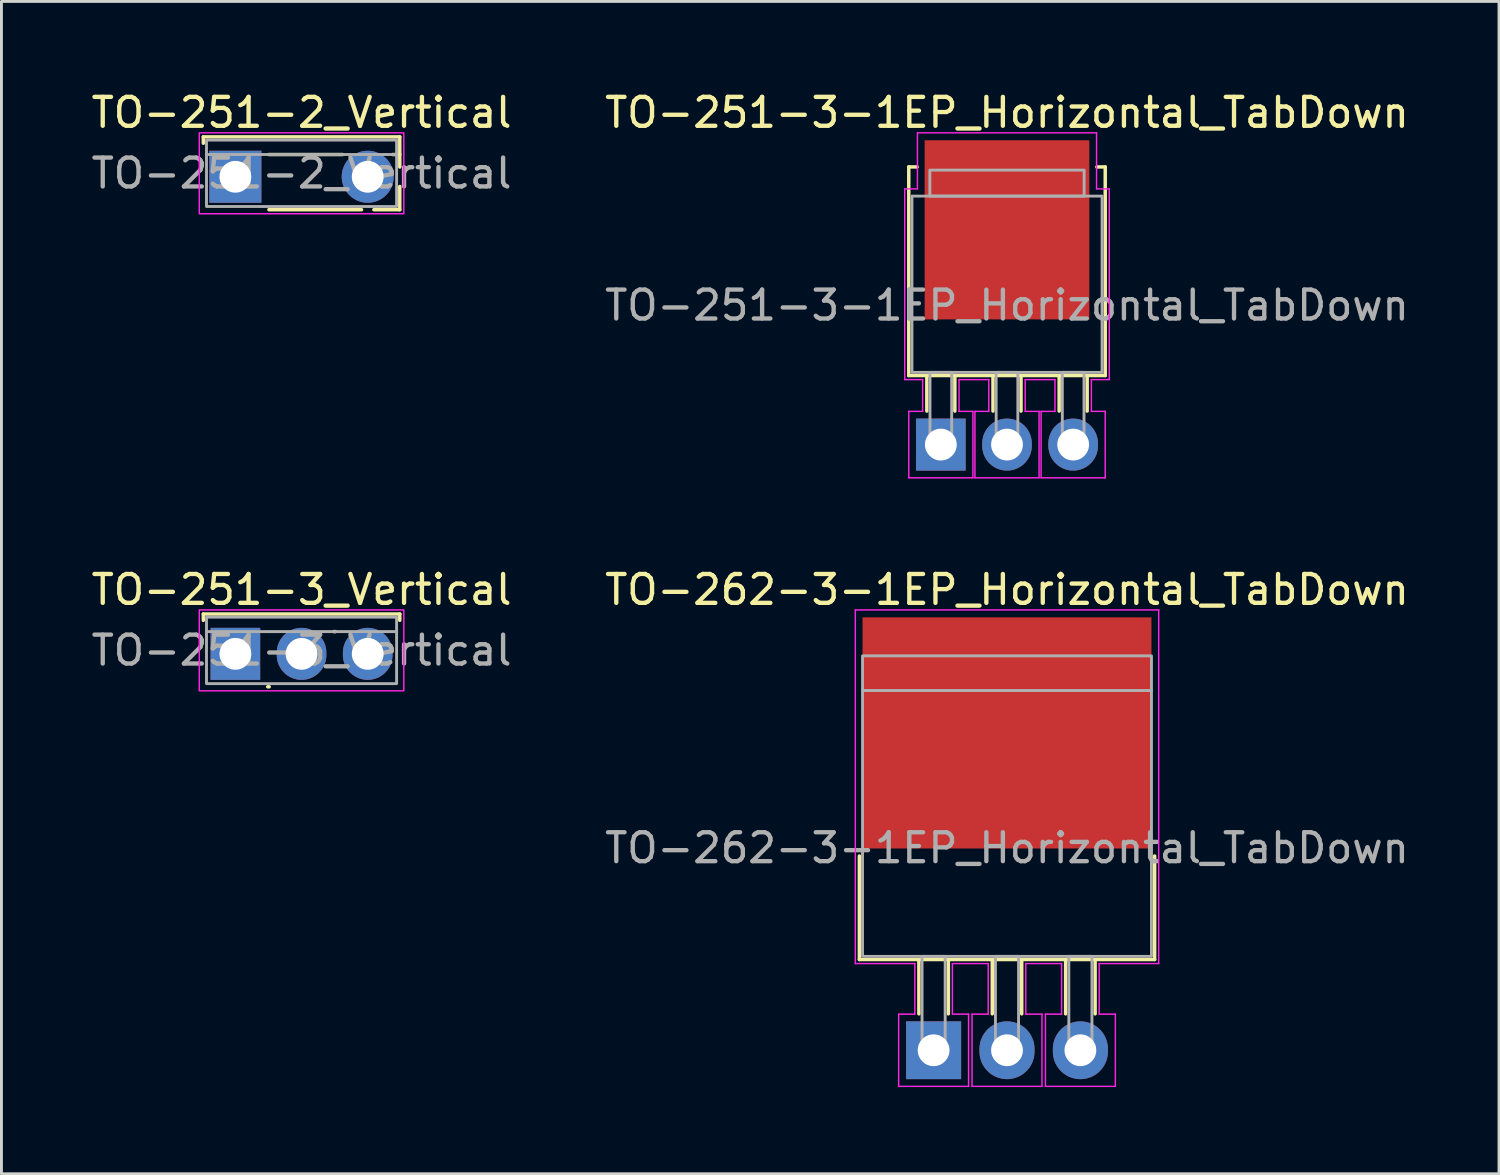
<source format=kicad_pcb>
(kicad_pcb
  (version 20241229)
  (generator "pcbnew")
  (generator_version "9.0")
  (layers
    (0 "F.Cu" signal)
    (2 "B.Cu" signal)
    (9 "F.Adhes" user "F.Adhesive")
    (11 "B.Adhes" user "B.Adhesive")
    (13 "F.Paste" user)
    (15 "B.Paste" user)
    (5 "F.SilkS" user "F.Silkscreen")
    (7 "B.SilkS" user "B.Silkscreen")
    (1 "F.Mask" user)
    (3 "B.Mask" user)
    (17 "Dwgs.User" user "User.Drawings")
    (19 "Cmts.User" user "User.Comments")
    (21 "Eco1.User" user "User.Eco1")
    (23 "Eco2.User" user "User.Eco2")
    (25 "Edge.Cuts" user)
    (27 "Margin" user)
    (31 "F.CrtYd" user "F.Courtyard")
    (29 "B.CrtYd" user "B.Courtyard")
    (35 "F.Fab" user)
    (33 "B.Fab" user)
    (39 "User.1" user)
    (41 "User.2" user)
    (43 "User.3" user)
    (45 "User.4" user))
  (footprint "TO-251-2_Vertical"
    (layer "F.Cu")
    (at 5.097 3.068)
    (property "Reference" "TO-251-2_Vertical" (at 2.29 -2.22 0) (layer "F.SilkS") (effects (font (size 1 1) (thickness 0.15))))
    (attr through_hole)
    (fp_line (start -1.11 -1.38) (end 5.69 -1.38) (stroke (width 0.12) (type solid)) (layer "F.SilkS"))
    (fp_line (start -1.11 -1.16) (end -1.11 -1.38) (stroke (width 0.12) (type solid)) (layer "F.SilkS"))
    (fp_line (start 1.16 -0.77) (end 3.712 -0.77) (stroke (width 0.12) (type solid)) (layer "F.SilkS"))
    (fp_line (start 4.366 1.14) (end 1.16 1.14) (stroke (width 0.12) (type solid)) (layer "F.SilkS"))
    (fp_line (start 5.448 -0.77) (end 5.69 -0.77) (stroke (width 0.12) (type solid)) (layer "F.SilkS"))
    (fp_line (start 5.69 -1.38) (end 5.69 -0.337) (stroke (width 0.12) (type solid)) (layer "F.SilkS"))
    (fp_line (start 5.69 0.337) (end 5.69 1.14) (stroke (width 0.12) (type solid)) (layer "F.SilkS"))
    (fp_line (start 5.69 1.14) (end 4.794 1.14) (stroke (width 0.12) (type solid)) (layer "F.SilkS"))
    (fp_rect (start -1.25 -1.52) (end 5.83 1.28) (stroke (width 0.05) (type solid)) (fill no) (layer "F.CrtYd"))
    (fp_line (start -1 -0.77) (end 5.58 -0.77) (stroke (width 0.1) (type solid)) (layer "F.Fab"))
    (fp_rect (start -1 -1.27) (end 5.58 1.03) (stroke (width 0.1) (type solid)) (fill no) (layer "F.Fab"))
    (fp_text user "${REFERENCE}" (at 2.29 -0.12 0) (layer "F.Fab") (effects (font (size 1 1) (thickness 0.15))))
    (pad "1" thru_hole rect (at 0 0) (size 1.8 1.8) (drill 1.1) (layers "*.Cu" "*.Mask"))
    (pad "2" thru_hole circle (at 4.58 0) (size 1.8 1.8) (drill 1.1) (layers "*.Cu" "*.Mask")))
  (footprint "TO-251-3-1EP_Horizontal_TabDown"
    (layer "F.Cu")
    (at 29.514 12.338)
    (property "Reference" "TO-251-3-1EP_Horizontal_TabDown" (at 2.29 -11.49 0) (layer "F.SilkS") (effects (font (size 1 1) (thickness 0.15))))
    (attr through_hole)
    (fp_line (start -1.11 -9.61) (end -0.82 -9.61) (stroke (width 0.12) (type solid)) (layer "F.SilkS"))
    (fp_line (start -1.11 -2.39) (end -1.11 -9.61) (stroke (width 0.12) (type solid)) (layer "F.SilkS"))
    (fp_line (start -1.11 -2.39) (end 5.69 -2.39) (stroke (width 0.12) (type solid)) (layer "F.SilkS"))
    (fp_line (start -0.485 -2.39) (end -0.485 -1.16) (stroke (width 0.12) (type solid)) (layer "F.SilkS"))
    (fp_line (start 0.485 -2.39) (end 0.485 -1.16) (stroke (width 0.12) (type solid)) (layer "F.SilkS"))
    (fp_line (start 1.805 -2.39) (end 1.805 -1.16) (stroke (width 0.12) (type solid)) (layer "F.SilkS"))
    (fp_line (start 2.775 -2.39) (end 2.775 -1.16) (stroke (width 0.12) (type solid)) (layer "F.SilkS"))
    (fp_line (start 4.095 -2.39) (end 4.095 -1.16) (stroke (width 0.12) (type solid)) (layer "F.SilkS"))
    (fp_line (start 5.065 -2.39) (end 5.065 -1.16) (stroke (width 0.12) (type solid)) (layer "F.SilkS"))
    (fp_line (start 5.4 -9.61) (end 5.69 -9.61) (stroke (width 0.12) (type solid)) (layer "F.SilkS"))
    (fp_line (start 5.69 -2.39) (end 5.69 -9.61) (stroke (width 0.12) (type solid)) (layer "F.SilkS"))
    (fp_line (start -1.25 -8.85) (end -0.81 -8.85) (stroke (width 0.05) (type solid)) (layer "F.CrtYd"))
    (fp_line (start -1.25 -2.25) (end -1.25 -8.85) (stroke (width 0.05) (type solid)) (layer "F.CrtYd"))
    (fp_line (start -1.11 -1.15) (end -0.63 -1.15) (stroke (width 0.05) (type solid)) (layer "F.CrtYd"))
    (fp_line (start -1.11 1.15) (end -1.11 -1.15) (stroke (width 0.05) (type solid)) (layer "F.CrtYd"))
    (fp_line (start -0.81 -10.79) (end 5.39 -10.79) (stroke (width 0.05) (type solid)) (layer "F.CrtYd"))
    (fp_line (start -0.81 -8.85) (end -0.81 -10.79) (stroke (width 0.05) (type solid)) (layer "F.CrtYd"))
    (fp_line (start -0.63 -2.25) (end -1.25 -2.25) (stroke (width 0.05) (type solid)) (layer "F.CrtYd"))
    (fp_line (start -0.63 -1.15) (end -0.63 -2.25) (stroke (width 0.05) (type solid)) (layer "F.CrtYd"))
    (fp_line (start 0.63 -2.25) (end 0.63 -1.15) (stroke (width 0.05) (type solid)) (layer "F.CrtYd"))
    (fp_line (start 0.63 -1.15) (end 1.11 -1.15) (stroke (width 0.05) (type solid)) (layer "F.CrtYd"))
    (fp_line (start 1.11 -1.15) (end 1.11 1.15) (stroke (width 0.05) (type solid)) (layer "F.CrtYd"))
    (fp_line (start 1.11 1.15) (end -1.11 1.15) (stroke (width 0.05) (type solid)) (layer "F.CrtYd"))
    (fp_line (start 1.18 -1.15) (end 1.66 -1.15) (stroke (width 0.05) (type solid)) (layer "F.CrtYd"))
    (fp_line (start 1.18 1.15) (end 1.18 -1.15) (stroke (width 0.05) (type solid)) (layer "F.CrtYd"))
    (fp_line (start 1.66 -2.25) (end 0.63 -2.25) (stroke (width 0.05) (type solid)) (layer "F.CrtYd"))
    (fp_line (start 1.66 -1.15) (end 1.66 -2.25) (stroke (width 0.05) (type solid)) (layer "F.CrtYd"))
    (fp_line (start 2.92 -2.25) (end 2.92 -1.15) (stroke (width 0.05) (type solid)) (layer "F.CrtYd"))
    (fp_line (start 2.92 -1.15) (end 3.4 -1.15) (stroke (width 0.05) (type solid)) (layer "F.CrtYd"))
    (fp_line (start 3.4 -1.15) (end 3.4 1.15) (stroke (width 0.05) (type solid)) (layer "F.CrtYd"))
    (fp_line (start 3.4 1.15) (end 1.18 1.15) (stroke (width 0.05) (type solid)) (layer "F.CrtYd"))
    (fp_line (start 3.47 -1.15) (end 3.95 -1.15) (stroke (width 0.05) (type solid)) (layer "F.CrtYd"))
    (fp_line (start 3.47 1.15) (end 3.47 -1.15) (stroke (width 0.05) (type solid)) (layer "F.CrtYd"))
    (fp_line (start 3.95 -2.25) (end 2.92 -2.25) (stroke (width 0.05) (type solid)) (layer "F.CrtYd"))
    (fp_line (start 3.95 -1.15) (end 3.95 -2.25) (stroke (width 0.05) (type solid)) (layer "F.CrtYd"))
    (fp_line (start 5.21 -2.25) (end 5.21 -1.15) (stroke (width 0.05) (type solid)) (layer "F.CrtYd"))
    (fp_line (start 5.21 -1.15) (end 5.69 -1.15) (stroke (width 0.05) (type solid)) (layer "F.CrtYd"))
    (fp_line (start 5.39 -10.79) (end 5.39 -8.85) (stroke (width 0.05) (type solid)) (layer "F.CrtYd"))
    (fp_line (start 5.39 -8.85) (end 5.83 -8.85) (stroke (width 0.05) (type solid)) (layer "F.CrtYd"))
    (fp_line (start 5.69 -1.15) (end 5.69 1.15) (stroke (width 0.05) (type solid)) (layer "F.CrtYd"))
    (fp_line (start 5.69 1.15) (end 3.47 1.15) (stroke (width 0.05) (type solid)) (layer "F.CrtYd"))
    (fp_line (start 5.83 -8.85) (end 5.83 -2.25) (stroke (width 0.05) (type solid)) (layer "F.CrtYd"))
    (fp_line (start 5.83 -2.25) (end 5.21 -2.25) (stroke (width 0.05) (type solid)) (layer "F.CrtYd"))
    (fp_rect (start -1 -8.6) (end 5.58 -2.5) (stroke (width 0.1) (type solid)) (fill no) (layer "F.Fab"))
    (fp_rect (start -0.38 -9.5) (end 4.96 -8.6) (stroke (width 0.1) (type solid)) (fill no) (layer "F.Fab"))
    (fp_rect (start -0.375 -2.5) (end 0.375 0) (stroke (width 0.1) (type solid)) (fill no) (layer "F.Fab"))
    (fp_rect (start 1.915 -2.5) (end 2.665 0) (stroke (width 0.1) (type solid)) (fill no) (layer "F.Fab"))
    (fp_rect (start 4.205 -2.5) (end 4.955 0) (stroke (width 0.1) (type solid)) (fill no) (layer "F.Fab"))
    (fp_text user "${REFERENCE}" (at 2.29 -4.82 0) (layer "F.Fab") (effects (font (size 1 1) (thickness 0.15))))
    (pad "1" thru_hole rect (at 0 0) (size 1.718 1.8) (drill 1.1) (layers "*.Cu" "*.Mask"))
    (pad "2" thru_hole oval (at 2.29 0) (size 1.718 1.8) (drill 1.1) (layers "*.Cu" "*.Mask"))
    (pad "3" thru_hole oval (at 4.58 0) (size 1.718 1.8) (drill 1.1) (layers "*.Cu" "*.Mask"))
    (pad "4" smd rect (at 2.29 -7.433) (size 5.7 6.2) (layers "F.Cu" "F.Mask" "F.Paste")))
  (footprint "TO-251-3_Vertical"
    (layer "F.Cu")
    (at 5.097 19.581)
    (property "Reference" "TO-251-3_Vertical" (at 2.29 -2.22 0) (layer "F.SilkS") (effects (font (size 1 1) (thickness 0.15))))
    (attr through_hole)
    (fp_line (start -1.11 -1.38) (end 5.69 -1.38) (stroke (width 0.12) (type solid)) (layer "F.SilkS"))
    (fp_line (start -1.11 -1.16) (end -1.11 -1.38) (stroke (width 0.12) (type solid)) (layer "F.SilkS"))
    (fp_line (start 1.171 1.14) (end 1.119 1.14) (stroke (width 0.12) (type solid)) (layer "F.SilkS"))
    (fp_line (start 3.409 -0.77) (end 3.461 -0.77) (stroke (width 0.12) (type solid)) (layer "F.SilkS"))
    (fp_line (start 5.69 -1.38) (end 5.69 -1.16) (stroke (width 0.12) (type solid)) (layer "F.SilkS"))
    (fp_rect (start -1.25 -1.52) (end 5.83 1.28) (stroke (width 0.05) (type solid)) (fill no) (layer "F.CrtYd"))
    (fp_line (start -1 -0.77) (end 5.58 -0.77) (stroke (width 0.1) (type solid)) (layer "F.Fab"))
    (fp_rect (start -1 -1.27) (end 5.58 1.03) (stroke (width 0.1) (type solid)) (fill no) (layer "F.Fab"))
    (fp_text user "${REFERENCE}" (at 2.29 -0.12 0) (layer "F.Fab") (effects (font (size 1 1) (thickness 0.15))))
    (pad "1" thru_hole rect (at 0 0) (size 1.718 1.8) (drill 1.1) (layers "*.Cu" "*.Mask"))
    (pad "2" thru_hole oval (at 2.29 0) (size 1.718 1.8) (drill 1.1) (layers "*.Cu" "*.Mask"))
    (pad "3" thru_hole oval (at 4.58 0) (size 1.718 1.8) (drill 1.1) (layers "*.Cu" "*.Mask")))
  (footprint "TO-262-3-1EP_Horizontal_TabDown"
    (layer "F.Cu")
    (at 29.264 33.301)
    (property "Reference" "TO-262-3-1EP_Horizontal_TabDown" (at 2.54 -15.94 0) (layer "F.SilkS") (effects (font (size 1 1) (thickness 0.15))))
    (attr through_hole)
    (fp_line (start -2.57 -3.14) (end -2.57 -6.723) (stroke (width 0.12) (type solid)) (layer "F.SilkS"))
    (fp_line (start -2.57 -3.14) (end 7.65 -3.14) (stroke (width 0.12) (type solid)) (layer "F.SilkS"))
    (fp_line (start -0.51 -3.14) (end -0.51 -1.26) (stroke (width 0.12) (type solid)) (layer "F.SilkS"))
    (fp_line (start 0.51 -3.14) (end 0.51 -1.26) (stroke (width 0.12) (type solid)) (layer "F.SilkS"))
    (fp_line (start 2.03 -3.14) (end 2.03 -1.26) (stroke (width 0.12) (type solid)) (layer "F.SilkS"))
    (fp_line (start 3.05 -3.14) (end 3.05 -1.26) (stroke (width 0.12) (type solid)) (layer "F.SilkS"))
    (fp_line (start 4.57 -3.14) (end 4.57 -1.26) (stroke (width 0.12) (type solid)) (layer "F.SilkS"))
    (fp_line (start 5.59 -3.14) (end 5.59 -1.26) (stroke (width 0.12) (type solid)) (layer "F.SilkS"))
    (fp_line (start 7.65 -3.14) (end 7.65 -6.723) (stroke (width 0.12) (type solid)) (layer "F.SilkS"))
    (fp_line (start -2.71 -15.24) (end 7.79 -15.24) (stroke (width 0.05) (type solid)) (layer "F.CrtYd"))
    (fp_line (start -2.71 -3) (end -2.71 -15.24) (stroke (width 0.05) (type solid)) (layer "F.CrtYd"))
    (fp_line (start -1.21 -1.25) (end -0.65 -1.25) (stroke (width 0.05) (type solid)) (layer "F.CrtYd"))
    (fp_line (start -1.21 1.25) (end -1.21 -1.25) (stroke (width 0.05) (type solid)) (layer "F.CrtYd"))
    (fp_line (start -0.65 -3) (end -2.71 -3) (stroke (width 0.05) (type solid)) (layer "F.CrtYd"))
    (fp_line (start -0.65 -1.25) (end -0.65 -3) (stroke (width 0.05) (type solid)) (layer "F.CrtYd"))
    (fp_line (start 0.65 -3) (end 0.65 -1.25) (stroke (width 0.05) (type solid)) (layer "F.CrtYd"))
    (fp_line (start 0.65 -1.25) (end 1.21 -1.25) (stroke (width 0.05) (type solid)) (layer "F.CrtYd"))
    (fp_line (start 1.21 -1.25) (end 1.21 1.25) (stroke (width 0.05) (type solid)) (layer "F.CrtYd"))
    (fp_line (start 1.21 1.25) (end -1.21 1.25) (stroke (width 0.05) (type solid)) (layer "F.CrtYd"))
    (fp_line (start 1.33 -1.25) (end 1.89 -1.25) (stroke (width 0.05) (type solid)) (layer "F.CrtYd"))
    (fp_line (start 1.33 1.25) (end 1.33 -1.25) (stroke (width 0.05) (type solid)) (layer "F.CrtYd"))
    (fp_line (start 1.89 -3) (end 0.65 -3) (stroke (width 0.05) (type solid)) (layer "F.CrtYd"))
    (fp_line (start 1.89 -1.25) (end 1.89 -3) (stroke (width 0.05) (type solid)) (layer "F.CrtYd"))
    (fp_line (start 3.19 -3) (end 3.19 -1.25) (stroke (width 0.05) (type solid)) (layer "F.CrtYd"))
    (fp_line (start 3.19 -1.25) (end 3.75 -1.25) (stroke (width 0.05) (type solid)) (layer "F.CrtYd"))
    (fp_line (start 3.75 -1.25) (end 3.75 1.25) (stroke (width 0.05) (type solid)) (layer "F.CrtYd"))
    (fp_line (start 3.75 1.25) (end 1.33 1.25) (stroke (width 0.05) (type solid)) (layer "F.CrtYd"))
    (fp_line (start 3.87 -1.25) (end 4.43 -1.25) (stroke (width 0.05) (type solid)) (layer "F.CrtYd"))
    (fp_line (start 3.87 1.25) (end 3.87 -1.25) (stroke (width 0.05) (type solid)) (layer "F.CrtYd"))
    (fp_line (start 4.43 -3) (end 3.19 -3) (stroke (width 0.05) (type solid)) (layer "F.CrtYd"))
    (fp_line (start 4.43 -1.25) (end 4.43 -3) (stroke (width 0.05) (type solid)) (layer "F.CrtYd"))
    (fp_line (start 5.73 -3) (end 5.73 -1.25) (stroke (width 0.05) (type solid)) (layer "F.CrtYd"))
    (fp_line (start 5.73 -1.25) (end 6.29 -1.25) (stroke (width 0.05) (type solid)) (layer "F.CrtYd"))
    (fp_line (start 6.29 -1.25) (end 6.29 1.25) (stroke (width 0.05) (type solid)) (layer "F.CrtYd"))
    (fp_line (start 6.29 1.25) (end 3.87 1.25) (stroke (width 0.05) (type solid)) (layer "F.CrtYd"))
    (fp_line (start 7.79 -15.24) (end 7.79 -3) (stroke (width 0.05) (type solid)) (layer "F.CrtYd"))
    (fp_line (start 7.79 -3) (end 5.73 -3) (stroke (width 0.05) (type solid)) (layer "F.CrtYd"))
    (fp_rect (start -2.46 -13.65) (end 7.54 -12.45) (stroke (width 0.1) (type solid)) (fill no) (layer "F.Fab"))
    (fp_rect (start -2.46 -12.45) (end 7.54 -3.25) (stroke (width 0.1) (type solid)) (fill no) (layer "F.Fab"))
    (fp_rect (start -0.4 -3.25) (end 0.4 0) (stroke (width 0.1) (type solid)) (fill no) (layer "F.Fab"))
    (fp_rect (start 2.14 -3.25) (end 2.94 0) (stroke (width 0.1) (type solid)) (fill no) (layer "F.Fab"))
    (fp_rect (start 4.68 -3.25) (end 5.48 0) (stroke (width 0.1) (type solid)) (fill no) (layer "F.Fab"))
    (fp_text user "${REFERENCE}" (at 2.54 -7 0) (layer "F.Fab") (effects (font (size 1 1) (thickness 0.15))))
    (pad "1" thru_hole rect (at 0 0) (size 1.905 2) (drill 1.1) (layers "*.Cu" "*.Mask"))
    (pad "2" thru_hole oval (at 2.54 0) (size 1.905 2) (drill 1.1) (layers "*.Cu" "*.Mask"))
    (pad "3" thru_hole oval (at 5.08 0) (size 1.905 2) (drill 1.1) (layers "*.Cu" "*.Mask"))
    (pad "4" smd rect (at 2.54 -10.983) (size 10 8) (layers "F.Cu" "F.Mask" "F.Paste")))
  (gr_rect
    (start -3 -3)
    (end 48.833 37.577)
    (stroke (width 0.1) (type default))
    (fill no)
    (layer "Edge.Cuts")))
</source>
